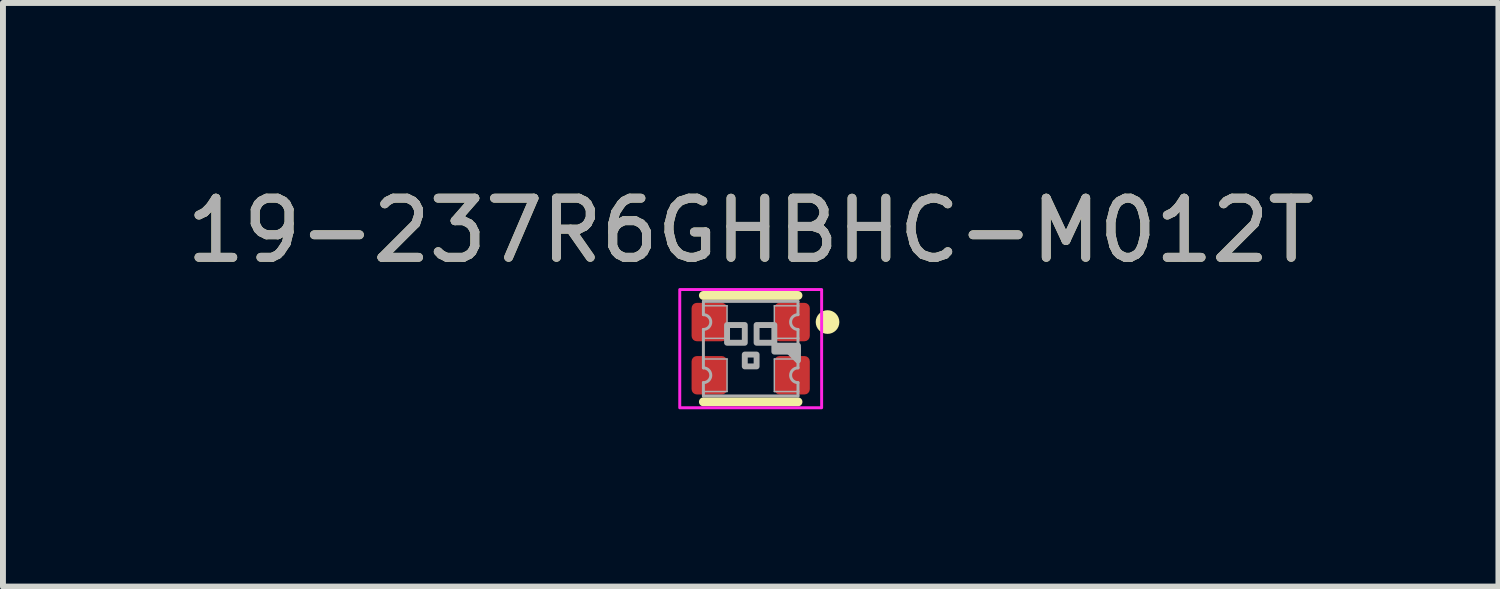
<source format=kicad_pcb>
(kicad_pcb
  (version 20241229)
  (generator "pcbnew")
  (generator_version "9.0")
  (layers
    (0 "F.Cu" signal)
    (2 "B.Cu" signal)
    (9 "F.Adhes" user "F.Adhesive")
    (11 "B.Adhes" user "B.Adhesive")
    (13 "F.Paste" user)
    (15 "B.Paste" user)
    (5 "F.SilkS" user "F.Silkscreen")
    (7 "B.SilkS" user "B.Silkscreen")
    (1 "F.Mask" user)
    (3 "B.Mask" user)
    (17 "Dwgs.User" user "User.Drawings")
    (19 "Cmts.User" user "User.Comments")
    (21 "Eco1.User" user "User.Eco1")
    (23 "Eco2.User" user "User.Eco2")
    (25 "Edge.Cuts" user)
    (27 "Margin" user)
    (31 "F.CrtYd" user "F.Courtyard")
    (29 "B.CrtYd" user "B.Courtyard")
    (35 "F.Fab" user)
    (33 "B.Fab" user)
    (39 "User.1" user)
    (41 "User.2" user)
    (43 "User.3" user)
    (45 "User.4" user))
  (footprint "19-237R6GHBHC-M012T"
    (layer "F.Cu")
    (at 9.649 2.848)
    (property "Reference" "19-237R6GHBHC-M012T" (at 0 -2 0) (unlocked yes) (layer "F.SilkS") (effects (font (size 1 1) (thickness 0.15))))
    (attr smd)
    (fp_line (start -0.8 -0.9) (end 0.8 -0.9) (stroke (width 0.15) (type default)) (layer "F.SilkS"))
    (fp_line (start -0.8 0.9) (end 0.8 0.9) (stroke (width 0.15) (type default)) (layer "F.SilkS"))
    (fp_circle (center 1.3 -0.45) (end 1.5 -0.45) (stroke (width 0) (type default)) (fill yes) (layer "F.SilkS"))
    (fp_rect (start -1.2 -1) (end 1.2 1) (stroke (width 0.05) (type default)) (fill no) (layer "F.CrtYd"))
    (fp_line (start -0.8 -0.8) (end 0.8 -0.8) (stroke (width 0.05) (type default)) (layer "F.Fab"))
    (fp_line (start -0.8 -0.725) (end -0.8 -0.8) (stroke (width 0.05) (type default)) (layer "F.Fab"))
    (fp_line (start -0.8 -0.725) (end -0.4 -0.725) (stroke (width 0.025) (type default)) (layer "F.Fab"))
    (fp_line (start -0.8 -0.575) (end -0.8 -0.725) (stroke (width 0.05) (type default)) (layer "F.Fab"))
    (fp_line (start -0.8 -0.175) (end -0.8 -0.325) (stroke (width 0.05) (type default)) (layer "F.Fab"))
    (fp_line (start -0.8 -0.175) (end -0.8 0.175) (stroke (width 0.05) (type default)) (layer "F.Fab"))
    (fp_line (start -0.8 -0.175) (end -0.4 -0.175) (stroke (width 0.025) (type default)) (layer "F.Fab"))
    (fp_line (start -0.8 0.175) (end -0.4 0.175) (stroke (width 0.025) (type default)) (layer "F.Fab"))
    (fp_line (start -0.8 0.325) (end -0.8 0.175) (stroke (width 0.05) (type default)) (layer "F.Fab"))
    (fp_line (start -0.8 0.725) (end -0.8 0.575) (stroke (width 0.05) (type default)) (layer "F.Fab"))
    (fp_line (start -0.8 0.725) (end -0.4 0.725) (stroke (width 0.025) (type default)) (layer "F.Fab"))
    (fp_line (start -0.8 0.8) (end -0.8 0.725) (stroke (width 0.05) (type default)) (layer "F.Fab"))
    (fp_line (start -0.8 0.8) (end 0.8 0.8) (stroke (width 0.05) (type default)) (layer "F.Fab"))
    (fp_line (start -0.4 -0.725) (end -0.4 -0.175) (stroke (width 0.025) (type default)) (layer "F.Fab"))
    (fp_line (start -0.4 0.175) (end -0.4 0.725) (stroke (width 0.025) (type default)) (layer "F.Fab"))
    (fp_line (start 0.4 -0.175) (end 0.4 -0.725) (stroke (width 0.025) (type default)) (layer "F.Fab"))
    (fp_line (start 0.4 0.725) (end 0.4 0.175) (stroke (width 0.025) (type default)) (layer "F.Fab"))
    (fp_line (start 0.8 -0.725) (end 0.4 -0.725) (stroke (width 0.025) (type default)) (layer "F.Fab"))
    (fp_line (start 0.8 -0.725) (end 0.8 -0.8) (stroke (width 0.05) (type default)) (layer "F.Fab"))
    (fp_line (start 0.8 -0.725) (end 0.8 -0.575) (stroke (width 0.05) (type default)) (layer "F.Fab"))
    (fp_line (start 0.8 -0.325) (end 0.8 -0.175) (stroke (width 0.05) (type default)) (layer "F.Fab"))
    (fp_line (start 0.8 -0.175) (end 0.4 -0.175) (stroke (width 0.025) (type default)) (layer "F.Fab"))
    (fp_line (start 0.8 -0.175) (end 0.8 0.175) (stroke (width 0.05) (type default)) (layer "F.Fab"))
    (fp_line (start 0.8 0.175) (end 0.4 0.175) (stroke (width 0.025) (type default)) (layer "F.Fab"))
    (fp_line (start 0.8 0.175) (end 0.8 0.325) (stroke (width 0.05) (type default)) (layer "F.Fab"))
    (fp_line (start 0.8 0.575) (end 0.8 0.725) (stroke (width 0.05) (type default)) (layer "F.Fab"))
    (fp_line (start 0.8 0.725) (end 0.4 0.725) (stroke (width 0.025) (type default)) (layer "F.Fab"))
    (fp_line (start 0.8 0.8) (end 0.8 0.725) (stroke (width 0.05) (type default)) (layer "F.Fab"))
    (fp_rect (start -0.4 -0.4) (end -0.1 -0.1) (stroke (width 0.1) (type default)) (fill no) (layer "F.Fab"))
    (fp_rect (start -0.1 0.1) (end 0.1 0.3) (stroke (width 0.1) (type default)) (fill no) (layer "F.Fab"))
    (fp_rect (start 0.1 -0.4) (end 0.4 -0.1) (stroke (width 0.1) (type default)) (fill no) (layer "F.Fab"))
    (fp_rect (start 0.4 -0.05) (end 0.8 0.05) (stroke (width 0.1) (type default)) (fill no) (layer "F.Fab"))
    (fp_arc (start -0.8 -0.575) (mid -0.675 -0.45) (end -0.8 -0.325) (stroke (width 0.05) (type solid)) (layer "F.Fab"))
    (fp_arc (start -0.8 0.325) (mid -0.675 0.45) (end -0.8 0.575) (stroke (width 0.05) (type solid)) (layer "F.Fab"))
    (fp_arc (start 0.8 -0.325) (mid 0.675 -0.45) (end 0.8 -0.575) (stroke (width 0.05) (type solid)) (layer "F.Fab"))
    (fp_arc (start 0.8 0.575) (mid 0.675 0.45) (end 0.8 0.325) (stroke (width 0.05) (type solid)) (layer "F.Fab"))
    (fp_poly (pts (xy 0.8 0) (xy 0.8 0.2) (xy 0.6 0)) (stroke (width 0.1) (type solid)) (fill no) (layer "F.Fab"))
    (fp_text user "${REFERENCE}" (at 0 -2 0) (unlocked yes) (layer "F.Fab") (effects (font (size 1 1) (thickness 0.15))))
    (pad "1" smd roundrect (at 0.7 -0.45) (size 0.6 0.65) (layers "F.Cu" "F.Mask" "F.Paste") (roundrect_rratio 0.15))
    (pad "2" smd roundrect (at -0.7 -0.45) (size 0.6 0.65) (layers "F.Cu" "F.Mask" "F.Paste") (roundrect_rratio 0.15))
    (pad "3" smd roundrect (at 0.7 0.45) (size 0.6 0.65) (layers "F.Cu" "F.Mask" "F.Paste") (roundrect_rratio 0.15))
    (pad "4" smd roundrect (at -0.7 0.45) (size 0.6 0.65) (layers "F.Cu" "F.Mask" "F.Paste") (roundrect_rratio 0.15)))
  (gr_rect
    (start -3 -3)
    (end 22.298 6.873)
    (stroke (width 0.1) (type default))
    (fill no)
    (layer "Edge.Cuts")))
</source>
